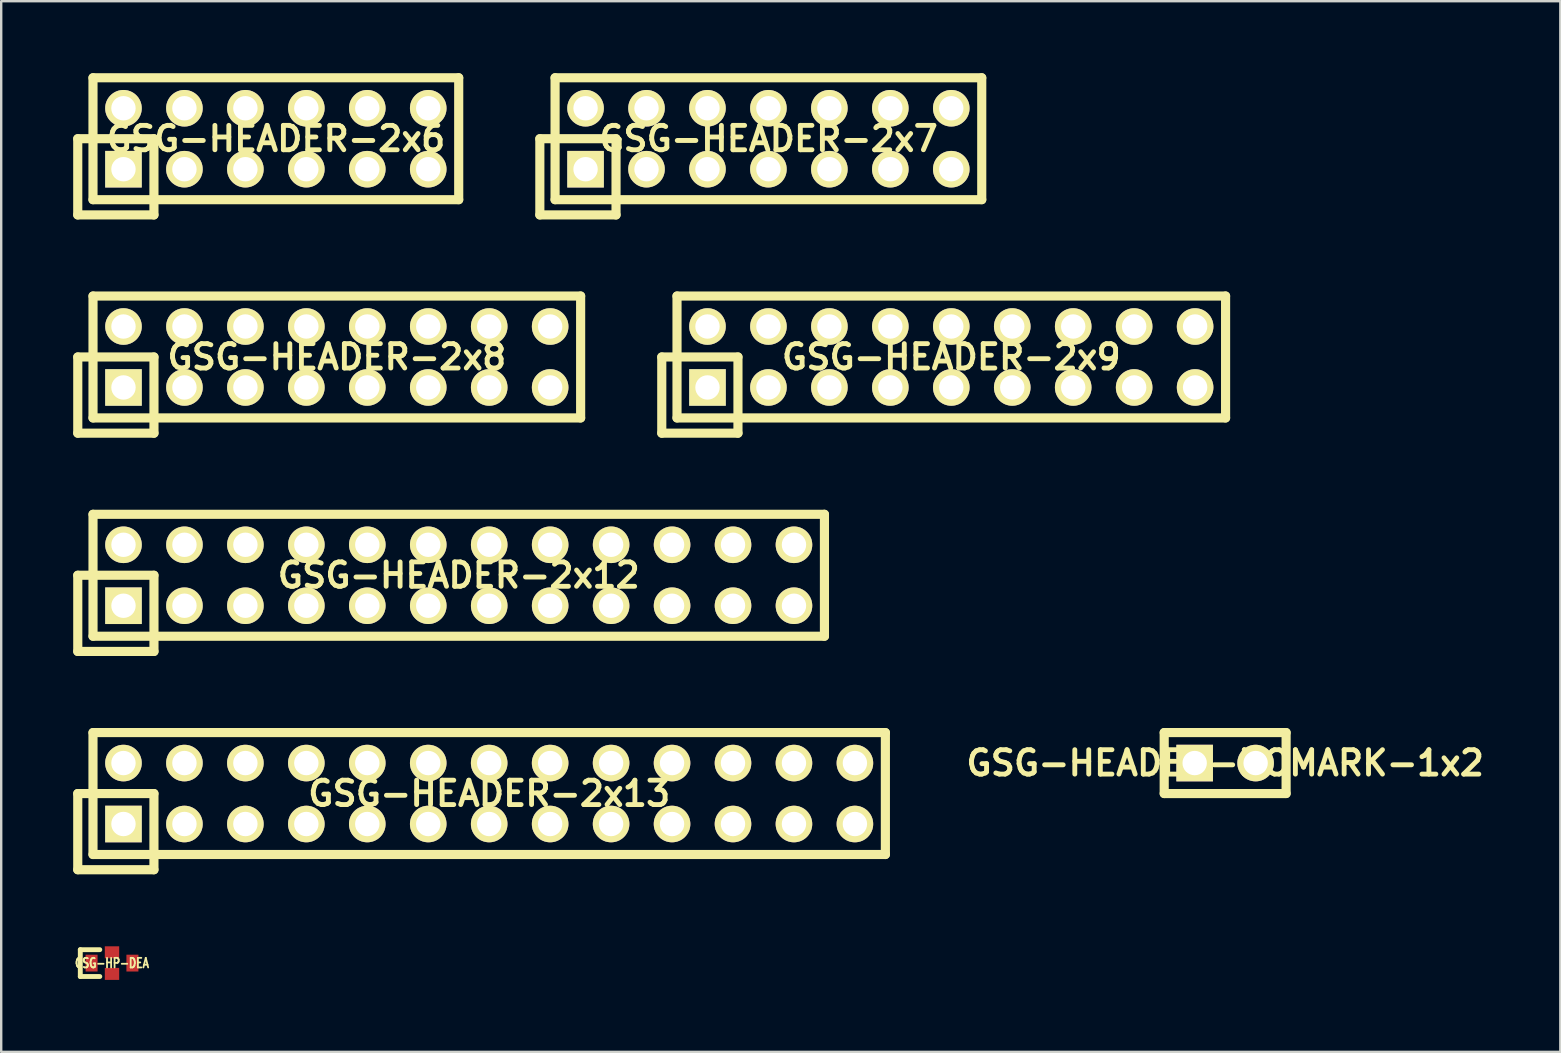
<source format=kicad_pcb>
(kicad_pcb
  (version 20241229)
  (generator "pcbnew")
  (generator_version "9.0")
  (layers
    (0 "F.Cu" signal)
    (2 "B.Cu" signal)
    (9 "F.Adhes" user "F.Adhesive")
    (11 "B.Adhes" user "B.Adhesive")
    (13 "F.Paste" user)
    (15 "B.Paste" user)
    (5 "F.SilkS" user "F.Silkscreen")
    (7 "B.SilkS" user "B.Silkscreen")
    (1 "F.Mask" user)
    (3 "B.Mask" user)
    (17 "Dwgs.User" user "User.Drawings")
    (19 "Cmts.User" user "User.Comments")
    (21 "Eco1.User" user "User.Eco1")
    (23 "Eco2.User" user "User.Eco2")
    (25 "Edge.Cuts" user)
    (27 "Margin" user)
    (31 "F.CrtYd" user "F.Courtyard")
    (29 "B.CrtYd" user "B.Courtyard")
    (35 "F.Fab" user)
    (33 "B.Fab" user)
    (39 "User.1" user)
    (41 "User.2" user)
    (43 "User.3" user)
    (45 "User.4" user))
  (footprint "GSG-HEADER-2x6"
    (layer "F.Cu")
    (at 8.445 2.731)
    (property "Reference" "GSG-HEADER-2x6" (at 0 0 0) (layer "F.SilkS") (effects (font (size 1.016 1.016) (thickness 0.203))))
    (attr through_hole)
    (fp_line (start -8.255 0) (end -8.255 3.175) (stroke (width 0.381) (type solid)) (layer "F.SilkS"))
    (fp_line (start -8.255 3.175) (end -5.08 3.175) (stroke (width 0.381) (type solid)) (layer "F.SilkS"))
    (fp_line (start -7.62 -2.54) (end 7.62 -2.54) (stroke (width 0.381) (type solid)) (layer "F.SilkS"))
    (fp_line (start -7.62 2.54) (end -7.62 -2.54) (stroke (width 0.381) (type solid)) (layer "F.SilkS"))
    (fp_line (start -5.08 0) (end -8.255 0) (stroke (width 0.381) (type solid)) (layer "F.SilkS"))
    (fp_line (start -5.08 3.175) (end -5.08 0) (stroke (width 0.381) (type solid)) (layer "F.SilkS"))
    (fp_line (start 7.62 -2.54) (end 7.62 2.54) (stroke (width 0.381) (type solid)) (layer "F.SilkS"))
    (fp_line (start 7.62 2.54) (end -7.62 2.54) (stroke (width 0.381) (type solid)) (layer "F.SilkS"))
    (pad "1" thru_hole rect (at -6.35 1.27) (size 1.524 1.524) (drill 1.016) (layers "*.Cu" "*.Mask" "F.SilkS"))
    (pad "2" thru_hole circle (at -6.35 -1.27) (size 1.524 1.524) (drill 1.016) (layers "*.Cu" "*.Mask" "F.SilkS"))
    (pad "3" thru_hole circle (at -3.81 1.27) (size 1.524 1.524) (drill 1.016) (layers "*.Cu" "*.Mask" "F.SilkS"))
    (pad "4" thru_hole circle (at -3.81 -1.27) (size 1.524 1.524) (drill 1.016) (layers "*.Cu" "*.Mask" "F.SilkS"))
    (pad "5" thru_hole circle (at -1.27 1.27) (size 1.524 1.524) (drill 1.016) (layers "*.Cu" "*.Mask" "F.SilkS"))
    (pad "6" thru_hole circle (at -1.27 -1.27) (size 1.524 1.524) (drill 1.016) (layers "*.Cu" "*.Mask" "F.SilkS"))
    (pad "7" thru_hole circle (at 1.27 1.27) (size 1.524 1.524) (drill 1.016) (layers "*.Cu" "*.Mask" "F.SilkS"))
    (pad "8" thru_hole circle (at 1.27 -1.27) (size 1.524 1.524) (drill 1.016) (layers "*.Cu" "*.Mask" "F.SilkS"))
    (pad "9" thru_hole circle (at 3.81 1.27) (size 1.524 1.524) (drill 1.016) (layers "*.Cu" "*.Mask" "F.SilkS"))
    (pad "10" thru_hole circle (at 3.81 -1.27) (size 1.524 1.524) (drill 1.016) (layers "*.Cu" "*.Mask" "F.SilkS"))
    (pad "11" thru_hole circle (at 6.35 1.27) (size 1.524 1.524) (drill 1.016) (layers "*.Cu" "*.Mask" "F.SilkS"))
    (pad "12" thru_hole circle (at 6.35 -1.27) (size 1.524 1.524) (drill 1.016) (layers "*.Cu" "*.Mask" "F.SilkS")))
  (footprint "GSG-HEADER-2x7"
    (layer "F.Cu")
    (at 28.971 2.731)
    (property "Reference" "GSG-HEADER-2x7" (at 0 0 0) (layer "F.SilkS") (effects (font (size 1.016 1.016) (thickness 0.203))))
    (attr through_hole)
    (fp_line (start -9.525 0) (end -9.525 3.175) (stroke (width 0.381) (type solid)) (layer "F.SilkS"))
    (fp_line (start -9.525 3.175) (end -6.35 3.175) (stroke (width 0.381) (type solid)) (layer "F.SilkS"))
    (fp_line (start -8.89 2.54) (end -8.89 -2.54) (stroke (width 0.381) (type solid)) (layer "F.SilkS"))
    (fp_line (start -8.89 2.54) (end 8.89 2.54) (stroke (width 0.381) (type solid)) (layer "F.SilkS"))
    (fp_line (start -6.35 0) (end -9.525 0) (stroke (width 0.381) (type solid)) (layer "F.SilkS"))
    (fp_line (start -6.35 3.175) (end -6.35 0) (stroke (width 0.381) (type solid)) (layer "F.SilkS"))
    (fp_line (start 8.89 -2.54) (end -8.89 -2.54) (stroke (width 0.381) (type solid)) (layer "F.SilkS"))
    (fp_line (start 8.89 2.54) (end 8.89 -2.54) (stroke (width 0.381) (type solid)) (layer "F.SilkS"))
    (pad "1" thru_hole rect (at -7.62 1.27) (size 1.524 1.524) (drill 1.016) (layers "*.Cu" "*.Mask" "F.SilkS"))
    (pad "2" thru_hole circle (at -7.62 -1.27) (size 1.524 1.524) (drill 1.016) (layers "*.Cu" "*.Mask" "F.SilkS"))
    (pad "3" thru_hole circle (at -5.08 1.27) (size 1.524 1.524) (drill 1.016) (layers "*.Cu" "*.Mask" "F.SilkS"))
    (pad "4" thru_hole circle (at -5.08 -1.27) (size 1.524 1.524) (drill 1.016) (layers "*.Cu" "*.Mask" "F.SilkS"))
    (pad "5" thru_hole circle (at -2.54 1.27) (size 1.524 1.524) (drill 1.016) (layers "*.Cu" "*.Mask" "F.SilkS"))
    (pad "6" thru_hole circle (at -2.54 -1.27) (size 1.524 1.524) (drill 1.016) (layers "*.Cu" "*.Mask" "F.SilkS"))
    (pad "7" thru_hole circle (at 0 1.27) (size 1.524 1.524) (drill 1.016) (layers "*.Cu" "*.Mask" "F.SilkS"))
    (pad "8" thru_hole circle (at 0 -1.27) (size 1.524 1.524) (drill 1.016) (layers "*.Cu" "*.Mask" "F.SilkS"))
    (pad "9" thru_hole circle (at 2.54 1.27) (size 1.524 1.524) (drill 1.016) (layers "*.Cu" "*.Mask" "F.SilkS"))
    (pad "10" thru_hole circle (at 2.54 -1.27) (size 1.524 1.524) (drill 1.016) (layers "*.Cu" "*.Mask" "F.SilkS"))
    (pad "11" thru_hole circle (at 5.08 1.27) (size 1.524 1.524) (drill 1.016) (layers "*.Cu" "*.Mask" "F.SilkS"))
    (pad "12" thru_hole circle (at 5.08 -1.27) (size 1.524 1.524) (drill 1.016) (layers "*.Cu" "*.Mask" "F.SilkS"))
    (pad "13" thru_hole circle (at 7.62 1.27) (size 1.524 1.524) (drill 1.016) (layers "*.Cu" "*.Mask" "F.SilkS"))
    (pad "14" thru_hole circle (at 7.62 -1.27) (size 1.524 1.524) (drill 1.016) (layers "*.Cu" "*.Mask" "F.SilkS")))
  (footprint "GSG-HEADER-2x8"
    (layer "F.Cu")
    (at 10.986 11.826)
    (property "Reference" "GSG-HEADER-2x8" (at 0 0 0) (layer "F.SilkS") (effects (font (size 1.016 1.016) (thickness 0.203))))
    (attr through_hole)
    (fp_line (start -10.795 0) (end -10.795 3.175) (stroke (width 0.381) (type solid)) (layer "F.SilkS"))
    (fp_line (start -10.795 3.175) (end -7.62 3.175) (stroke (width 0.381) (type solid)) (layer "F.SilkS"))
    (fp_line (start -10.16 -2.54) (end 10.16 -2.54) (stroke (width 0.381) (type solid)) (layer "F.SilkS"))
    (fp_line (start -10.16 2.54) (end -10.16 -2.54) (stroke (width 0.381) (type solid)) (layer "F.SilkS"))
    (fp_line (start -7.62 0) (end -10.795 0) (stroke (width 0.381) (type solid)) (layer "F.SilkS"))
    (fp_line (start -7.62 3.175) (end -7.62 0) (stroke (width 0.381) (type solid)) (layer "F.SilkS"))
    (fp_line (start 10.16 -2.54) (end 10.16 2.54) (stroke (width 0.381) (type solid)) (layer "F.SilkS"))
    (fp_line (start 10.16 2.54) (end -10.16 2.54) (stroke (width 0.381) (type solid)) (layer "F.SilkS"))
    (pad "1" thru_hole rect (at -8.89 1.27) (size 1.524 1.524) (drill 1.016) (layers "*.Cu" "*.Mask" "F.SilkS"))
    (pad "2" thru_hole circle (at -8.89 -1.27) (size 1.524 1.524) (drill 1.016) (layers "*.Cu" "*.Mask" "F.SilkS"))
    (pad "3" thru_hole circle (at -6.35 1.27) (size 1.524 1.524) (drill 1.016) (layers "*.Cu" "*.Mask" "F.SilkS"))
    (pad "4" thru_hole circle (at -6.35 -1.27) (size 1.524 1.524) (drill 1.016) (layers "*.Cu" "*.Mask" "F.SilkS"))
    (pad "5" thru_hole circle (at -3.81 1.27) (size 1.524 1.524) (drill 1.016) (layers "*.Cu" "*.Mask" "F.SilkS"))
    (pad "6" thru_hole circle (at -3.81 -1.27) (size 1.524 1.524) (drill 1.016) (layers "*.Cu" "*.Mask" "F.SilkS"))
    (pad "7" thru_hole circle (at -1.27 1.27) (size 1.524 1.524) (drill 1.016) (layers "*.Cu" "*.Mask" "F.SilkS"))
    (pad "8" thru_hole circle (at -1.27 -1.27) (size 1.524 1.524) (drill 1.016) (layers "*.Cu" "*.Mask" "F.SilkS"))
    (pad "9" thru_hole circle (at 1.27 1.27) (size 1.524 1.524) (drill 1.016) (layers "*.Cu" "*.Mask" "F.SilkS"))
    (pad "10" thru_hole circle (at 1.27 -1.27) (size 1.524 1.524) (drill 1.016) (layers "*.Cu" "*.Mask" "F.SilkS"))
    (pad "11" thru_hole circle (at 3.81 1.27) (size 1.524 1.524) (drill 1.016) (layers "*.Cu" "*.Mask" "F.SilkS"))
    (pad "12" thru_hole circle (at 3.81 -1.27) (size 1.524 1.524) (drill 1.016) (layers "*.Cu" "*.Mask" "F.SilkS"))
    (pad "13" thru_hole circle (at 6.35 1.27) (size 1.524 1.524) (drill 1.016) (layers "*.Cu" "*.Mask" "F.SilkS"))
    (pad "14" thru_hole circle (at 6.35 -1.27) (size 1.524 1.524) (drill 1.016) (layers "*.Cu" "*.Mask" "F.SilkS"))
    (pad "15" thru_hole circle (at 8.89 1.27) (size 1.524 1.524) (drill 1.016) (layers "*.Cu" "*.Mask" "F.SilkS"))
    (pad "16" thru_hole circle (at 8.89 -1.27) (size 1.524 1.524) (drill 1.016) (layers "*.Cu" "*.Mask" "F.SilkS")))
  (footprint "GSG-HEADER-NOMARK-1x2"
    (layer "F.Cu")
    (at 48.004 28.748)
    (property "Reference" "GSG-HEADER-NOMARK-1x2" (at 0 0 0) (layer "F.SilkS") (effects (font (size 1.016 1.016) (thickness 0.203))))
    (attr through_hole)
    (fp_line (start -2.54 -1.27) (end -2.54 1.27) (stroke (width 0.381) (type solid)) (layer "F.SilkS"))
    (fp_line (start -2.54 -1.27) (end 2.54 -1.27) (stroke (width 0.381) (type solid)) (layer "F.SilkS"))
    (fp_line (start 2.54 -1.27) (end 2.54 1.27) (stroke (width 0.381) (type solid)) (layer "F.SilkS"))
    (fp_line (start 2.54 1.27) (end -2.54 1.27) (stroke (width 0.381) (type solid)) (layer "F.SilkS"))
    (pad "1" thru_hole rect (at -1.27 0) (size 1.524 1.524) (drill 1.016) (layers "*.Cu" "*.Mask" "F.SilkS"))
    (pad "2" thru_hole circle (at 1.27 0) (size 1.524 1.524) (drill 1.016) (layers "*.Cu" "*.Mask" "F.SilkS")))
  (footprint "GSG-HP-DEA"
    (layer "F.Cu")
    (at 1.617 37.084)
    (property "Reference" "GSG-HP-DEA" (at 0 0 0) (layer "F.SilkS") (effects (font (size 0.399 0.3) (thickness 0.076))))
    (attr through_hole)
    (fp_line (start -1.321 -0.559) (end -1.321 0.559) (stroke (width 0.203) (type solid)) (layer "F.SilkS"))
    (fp_line (start -1.321 0.559) (end -0.508 0.559) (stroke (width 0.203) (type solid)) (layer "F.SilkS"))
    (fp_line (start -0.508 -0.559) (end -1.321 -0.559) (stroke (width 0.203) (type solid)) (layer "F.SilkS"))
    (pad "1" smd rect (at -0.851 0) (size 0.5 0.701) (layers "F.Cu" "F.Mask" "F.Paste"))
    (pad "2" smd rect (at 0 0.45) (size 0.599 0.5) (layers "F.Cu" "F.Mask" "F.Paste"))
    (pad "3" smd rect (at 0.851 0) (size 0.5 0.701) (layers "F.Cu" "F.Mask" "F.Paste"))
    (pad "4" smd rect (at 0 -0.45) (size 0.599 0.5) (layers "F.Cu" "F.Mask" "F.Paste")))
  (footprint "GSG-HEADER-2x9"
    (layer "F.Cu")
    (at 36.592 11.826)
    (property "Reference" "GSG-HEADER-2x9" (at 0 0 0) (layer "F.SilkS") (effects (font (size 1.016 1.016) (thickness 0.203))))
    (attr through_hole)
    (fp_line (start -12.065 0) (end -12.065 3.175) (stroke (width 0.381) (type solid)) (layer "F.SilkS"))
    (fp_line (start -12.065 3.175) (end -8.89 3.175) (stroke (width 0.381) (type solid)) (layer "F.SilkS"))
    (fp_line (start -11.43 -2.54) (end 11.43 -2.54) (stroke (width 0.381) (type solid)) (layer "F.SilkS"))
    (fp_line (start -11.43 2.54) (end -11.43 -2.54) (stroke (width 0.381) (type solid)) (layer "F.SilkS"))
    (fp_line (start -8.89 0) (end -12.065 0) (stroke (width 0.381) (type solid)) (layer "F.SilkS"))
    (fp_line (start -8.89 3.175) (end -8.89 0) (stroke (width 0.381) (type solid)) (layer "F.SilkS"))
    (fp_line (start 11.43 -2.54) (end 11.43 2.54) (stroke (width 0.381) (type solid)) (layer "F.SilkS"))
    (fp_line (start 11.43 2.54) (end -11.43 2.54) (stroke (width 0.381) (type solid)) (layer "F.SilkS"))
    (pad "1" thru_hole rect (at -10.16 1.27) (size 1.524 1.524) (drill 1.016) (layers "*.Cu" "*.Mask" "F.SilkS"))
    (pad "2" thru_hole circle (at -10.16 -1.27) (size 1.524 1.524) (drill 1.016) (layers "*.Cu" "*.Mask" "F.SilkS"))
    (pad "3" thru_hole circle (at -7.62 1.27) (size 1.524 1.524) (drill 1.016) (layers "*.Cu" "*.Mask" "F.SilkS"))
    (pad "4" thru_hole circle (at -7.62 -1.27) (size 1.524 1.524) (drill 1.016) (layers "*.Cu" "*.Mask" "F.SilkS"))
    (pad "5" thru_hole circle (at -5.08 1.27) (size 1.524 1.524) (drill 1.016) (layers "*.Cu" "*.Mask" "F.SilkS"))
    (pad "6" thru_hole circle (at -5.08 -1.27) (size 1.524 1.524) (drill 1.016) (layers "*.Cu" "*.Mask" "F.SilkS"))
    (pad "7" thru_hole circle (at -2.54 1.27) (size 1.524 1.524) (drill 1.016) (layers "*.Cu" "*.Mask" "F.SilkS"))
    (pad "8" thru_hole circle (at -2.54 -1.27) (size 1.524 1.524) (drill 1.016) (layers "*.Cu" "*.Mask" "F.SilkS"))
    (pad "9" thru_hole circle (at 0 1.27) (size 1.524 1.524) (drill 1.016) (layers "*.Cu" "*.Mask" "F.SilkS"))
    (pad "10" thru_hole circle (at 0 -1.27) (size 1.524 1.524) (drill 1.016) (layers "*.Cu" "*.Mask" "F.SilkS"))
    (pad "11" thru_hole circle (at 2.54 1.27) (size 1.524 1.524) (drill 1.016) (layers "*.Cu" "*.Mask" "F.SilkS"))
    (pad "12" thru_hole circle (at 2.54 -1.27) (size 1.524 1.524) (drill 1.016) (layers "*.Cu" "*.Mask" "F.SilkS"))
    (pad "13" thru_hole circle (at 5.08 1.27) (size 1.524 1.524) (drill 1.016) (layers "*.Cu" "*.Mask" "F.SilkS"))
    (pad "14" thru_hole circle (at 5.08 -1.27) (size 1.524 1.524) (drill 1.016) (layers "*.Cu" "*.Mask" "F.SilkS"))
    (pad "15" thru_hole circle (at 7.62 1.27) (size 1.524 1.524) (drill 1.016) (layers "*.Cu" "*.Mask" "F.SilkS"))
    (pad "16" thru_hole circle (at 7.62 -1.27) (size 1.524 1.524) (drill 1.016) (layers "*.Cu" "*.Mask" "F.SilkS"))
    (pad "17" thru_hole circle (at 10.16 1.27) (size 1.524 1.524) (drill 1.016) (layers "*.Cu" "*.Mask" "F.SilkS"))
    (pad "18" thru_hole circle (at 10.16 -1.27) (size 1.524 1.524) (drill 1.016) (layers "*.Cu" "*.Mask" "F.SilkS")))
  (footprint "GSG-HEADER-2x12"
    (layer "F.Cu")
    (at 16.066 20.922)
    (property "Reference" "GSG-HEADER-2x12" (at 0 0 0) (layer "F.SilkS") (effects (font (size 1.016 1.016) (thickness 0.203))))
    (attr through_hole)
    (fp_line (start -15.875 0) (end -15.875 3.175) (stroke (width 0.381) (type solid)) (layer "F.SilkS"))
    (fp_line (start -15.875 3.175) (end -12.7 3.175) (stroke (width 0.381) (type solid)) (layer "F.SilkS"))
    (fp_line (start -15.24 -2.54) (end 15.24 -2.54) (stroke (width 0.381) (type solid)) (layer "F.SilkS"))
    (fp_line (start -15.24 2.54) (end -15.24 -2.54) (stroke (width 0.381) (type solid)) (layer "F.SilkS"))
    (fp_line (start -12.7 0) (end -15.875 0) (stroke (width 0.381) (type solid)) (layer "F.SilkS"))
    (fp_line (start -12.7 3.175) (end -12.7 0) (stroke (width 0.381) (type solid)) (layer "F.SilkS"))
    (fp_line (start 15.24 -2.54) (end 15.24 2.54) (stroke (width 0.381) (type solid)) (layer "F.SilkS"))
    (fp_line (start 15.24 2.54) (end -15.24 2.54) (stroke (width 0.381) (type solid)) (layer "F.SilkS"))
    (pad "1" thru_hole rect (at -13.97 1.27) (size 1.524 1.524) (drill 1.016) (layers "*.Cu" "*.Mask" "F.SilkS"))
    (pad "2" thru_hole circle (at -13.97 -1.27) (size 1.524 1.524) (drill 1.016) (layers "*.Cu" "*.Mask" "F.SilkS"))
    (pad "3" thru_hole circle (at -11.43 1.27) (size 1.524 1.524) (drill 1.016) (layers "*.Cu" "*.Mask" "F.SilkS"))
    (pad "4" thru_hole circle (at -11.43 -1.27) (size 1.524 1.524) (drill 1.016) (layers "*.Cu" "*.Mask" "F.SilkS"))
    (pad "5" thru_hole circle (at -8.89 1.27) (size 1.524 1.524) (drill 1.016) (layers "*.Cu" "*.Mask" "F.SilkS"))
    (pad "6" thru_hole circle (at -8.89 -1.27) (size 1.524 1.524) (drill 1.016) (layers "*.Cu" "*.Mask" "F.SilkS"))
    (pad "7" thru_hole circle (at -6.35 1.27) (size 1.524 1.524) (drill 1.016) (layers "*.Cu" "*.Mask" "F.SilkS"))
    (pad "8" thru_hole circle (at -6.35 -1.27) (size 1.524 1.524) (drill 1.016) (layers "*.Cu" "*.Mask" "F.SilkS"))
    (pad "9" thru_hole circle (at -3.81 1.27) (size 1.524 1.524) (drill 1.016) (layers "*.Cu" "*.Mask" "F.SilkS"))
    (pad "10" thru_hole circle (at -3.81 -1.27) (size 1.524 1.524) (drill 1.016) (layers "*.Cu" "*.Mask" "F.SilkS"))
    (pad "11" thru_hole circle (at -1.27 1.27) (size 1.524 1.524) (drill 1.016) (layers "*.Cu" "*.Mask" "F.SilkS"))
    (pad "12" thru_hole circle (at -1.27 -1.27) (size 1.524 1.524) (drill 1.016) (layers "*.Cu" "*.Mask" "F.SilkS"))
    (pad "13" thru_hole circle (at 1.27 1.27) (size 1.524 1.524) (drill 1.016) (layers "*.Cu" "*.Mask" "F.SilkS"))
    (pad "14" thru_hole circle (at 1.27 -1.27) (size 1.524 1.524) (drill 1.016) (layers "*.Cu" "*.Mask" "F.SilkS"))
    (pad "15" thru_hole circle (at 3.81 1.27) (size 1.524 1.524) (drill 1.016) (layers "*.Cu" "*.Mask" "F.SilkS"))
    (pad "16" thru_hole circle (at 3.81 -1.27) (size 1.524 1.524) (drill 1.016) (layers "*.Cu" "*.Mask" "F.SilkS"))
    (pad "17" thru_hole circle (at 6.35 1.27) (size 1.524 1.524) (drill 1.016) (layers "*.Cu" "*.Mask" "F.SilkS"))
    (pad "18" thru_hole circle (at 6.35 -1.27) (size 1.524 1.524) (drill 1.016) (layers "*.Cu" "*.Mask" "F.SilkS"))
    (pad "19" thru_hole circle (at 8.89 1.27) (size 1.524 1.524) (drill 1.016) (layers "*.Cu" "*.Mask" "F.SilkS"))
    (pad "20" thru_hole circle (at 8.89 -1.27) (size 1.524 1.524) (drill 1.016) (layers "*.Cu" "*.Mask" "F.SilkS"))
    (pad "21" thru_hole circle (at 11.43 1.27) (size 1.524 1.524) (drill 1.016) (layers "*.Cu" "*.Mask" "F.SilkS"))
    (pad "22" thru_hole circle (at 11.43 -1.27) (size 1.524 1.524) (drill 1.016) (layers "*.Cu" "*.Mask" "F.SilkS"))
    (pad "23" thru_hole circle (at 13.97 1.27) (size 1.524 1.524) (drill 1.016) (layers "*.Cu" "*.Mask" "F.SilkS"))
    (pad "24" thru_hole circle (at 13.97 -1.27) (size 1.524 1.524) (drill 1.016) (layers "*.Cu" "*.Mask" "F.SilkS")))
  (footprint "GSG-HEADER-2x13"
    (layer "F.Cu")
    (at 17.335 30.018)
    (property "Reference" "GSG-HEADER-2x13" (at 0 0 0) (layer "F.SilkS") (effects (font (size 1.016 1.016) (thickness 0.203))))
    (attr through_hole)
    (fp_line (start -17.145 0) (end -17.145 3.175) (stroke (width 0.381) (type solid)) (layer "F.SilkS"))
    (fp_line (start -17.145 3.175) (end -13.97 3.175) (stroke (width 0.381) (type solid)) (layer "F.SilkS"))
    (fp_line (start -16.51 -2.54) (end 16.51 -2.54) (stroke (width 0.381) (type solid)) (layer "F.SilkS"))
    (fp_line (start -16.51 2.54) (end -16.51 -2.54) (stroke (width 0.381) (type solid)) (layer "F.SilkS"))
    (fp_line (start -13.97 0) (end -17.145 0) (stroke (width 0.381) (type solid)) (layer "F.SilkS"))
    (fp_line (start -13.97 3.175) (end -13.97 0) (stroke (width 0.381) (type solid)) (layer "F.SilkS"))
    (fp_line (start 16.51 -2.54) (end 16.51 2.54) (stroke (width 0.381) (type solid)) (layer "F.SilkS"))
    (fp_line (start 16.51 2.54) (end -16.51 2.54) (stroke (width 0.381) (type solid)) (layer "F.SilkS"))
    (pad "1" thru_hole rect (at -15.24 1.27) (size 1.524 1.524) (drill 1.016) (layers "*.Cu" "*.Mask" "F.SilkS"))
    (pad "2" thru_hole circle (at -15.24 -1.27) (size 1.524 1.524) (drill 1.016) (layers "*.Cu" "*.Mask" "F.SilkS"))
    (pad "3" thru_hole circle (at -12.7 1.27) (size 1.524 1.524) (drill 1.016) (layers "*.Cu" "*.Mask" "F.SilkS"))
    (pad "4" thru_hole circle (at -12.7 -1.27) (size 1.524 1.524) (drill 1.016) (layers "*.Cu" "*.Mask" "F.SilkS"))
    (pad "5" thru_hole circle (at -10.16 1.27) (size 1.524 1.524) (drill 1.016) (layers "*.Cu" "*.Mask" "F.SilkS"))
    (pad "6" thru_hole circle (at -10.16 -1.27) (size 1.524 1.524) (drill 1.016) (layers "*.Cu" "*.Mask" "F.SilkS"))
    (pad "7" thru_hole circle (at -7.62 1.27) (size 1.524 1.524) (drill 1.016) (layers "*.Cu" "*.Mask" "F.SilkS"))
    (pad "8" thru_hole circle (at -7.62 -1.27) (size 1.524 1.524) (drill 1.016) (layers "*.Cu" "*.Mask" "F.SilkS"))
    (pad "9" thru_hole circle (at -5.08 1.27) (size 1.524 1.524) (drill 1.016) (layers "*.Cu" "*.Mask" "F.SilkS"))
    (pad "10" thru_hole circle (at -5.08 -1.27) (size 1.524 1.524) (drill 1.016) (layers "*.Cu" "*.Mask" "F.SilkS"))
    (pad "11" thru_hole circle (at -2.54 1.27) (size 1.524 1.524) (drill 1.016) (layers "*.Cu" "*.Mask" "F.SilkS"))
    (pad "12" thru_hole circle (at -2.54 -1.27) (size 1.524 1.524) (drill 1.016) (layers "*.Cu" "*.Mask" "F.SilkS"))
    (pad "13" thru_hole circle (at 0 1.27) (size 1.524 1.524) (drill 1.016) (layers "*.Cu" "*.Mask" "F.SilkS"))
    (pad "14" thru_hole circle (at 0 -1.27) (size 1.524 1.524) (drill 1.016) (layers "*.Cu" "*.Mask" "F.SilkS"))
    (pad "15" thru_hole circle (at 2.54 1.27) (size 1.524 1.524) (drill 1.016) (layers "*.Cu" "*.Mask" "F.SilkS"))
    (pad "16" thru_hole circle (at 2.54 -1.27) (size 1.524 1.524) (drill 1.016) (layers "*.Cu" "*.Mask" "F.SilkS"))
    (pad "17" thru_hole circle (at 5.08 1.27) (size 1.524 1.524) (drill 1.016) (layers "*.Cu" "*.Mask" "F.SilkS"))
    (pad "18" thru_hole circle (at 5.08 -1.27) (size 1.524 1.524) (drill 1.016) (layers "*.Cu" "*.Mask" "F.SilkS"))
    (pad "19" thru_hole circle (at 7.62 1.27) (size 1.524 1.524) (drill 1.016) (layers "*.Cu" "*.Mask" "F.SilkS"))
    (pad "20" thru_hole circle (at 7.62 -1.27) (size 1.524 1.524) (drill 1.016) (layers "*.Cu" "*.Mask" "F.SilkS"))
    (pad "21" thru_hole circle (at 10.16 1.27) (size 1.524 1.524) (drill 1.016) (layers "*.Cu" "*.Mask" "F.SilkS"))
    (pad "22" thru_hole circle (at 10.16 -1.27) (size 1.524 1.524) (drill 1.016) (layers "*.Cu" "*.Mask" "F.SilkS"))
    (pad "23" thru_hole circle (at 12.7 1.27) (size 1.524 1.524) (drill 1.016) (layers "*.Cu" "*.Mask" "F.SilkS"))
    (pad "24" thru_hole circle (at 12.7 -1.27) (size 1.524 1.524) (drill 1.016) (layers "*.Cu" "*.Mask" "F.SilkS"))
    (pad "25" thru_hole circle (at 15.24 1.27) (size 1.524 1.524) (drill 1.016) (layers "*.Cu" "*.Mask" "F.SilkS"))
    (pad "26" thru_hole circle (at 15.24 -1.27) (size 1.524 1.524) (drill 1.016) (layers "*.Cu" "*.Mask" "F.SilkS")))
  (gr_rect
    (start -3 -3)
    (end 61.972 40.784)
    (stroke (width 0.1) (type default))
    (fill no)
    (layer "Edge.Cuts")))
</source>
